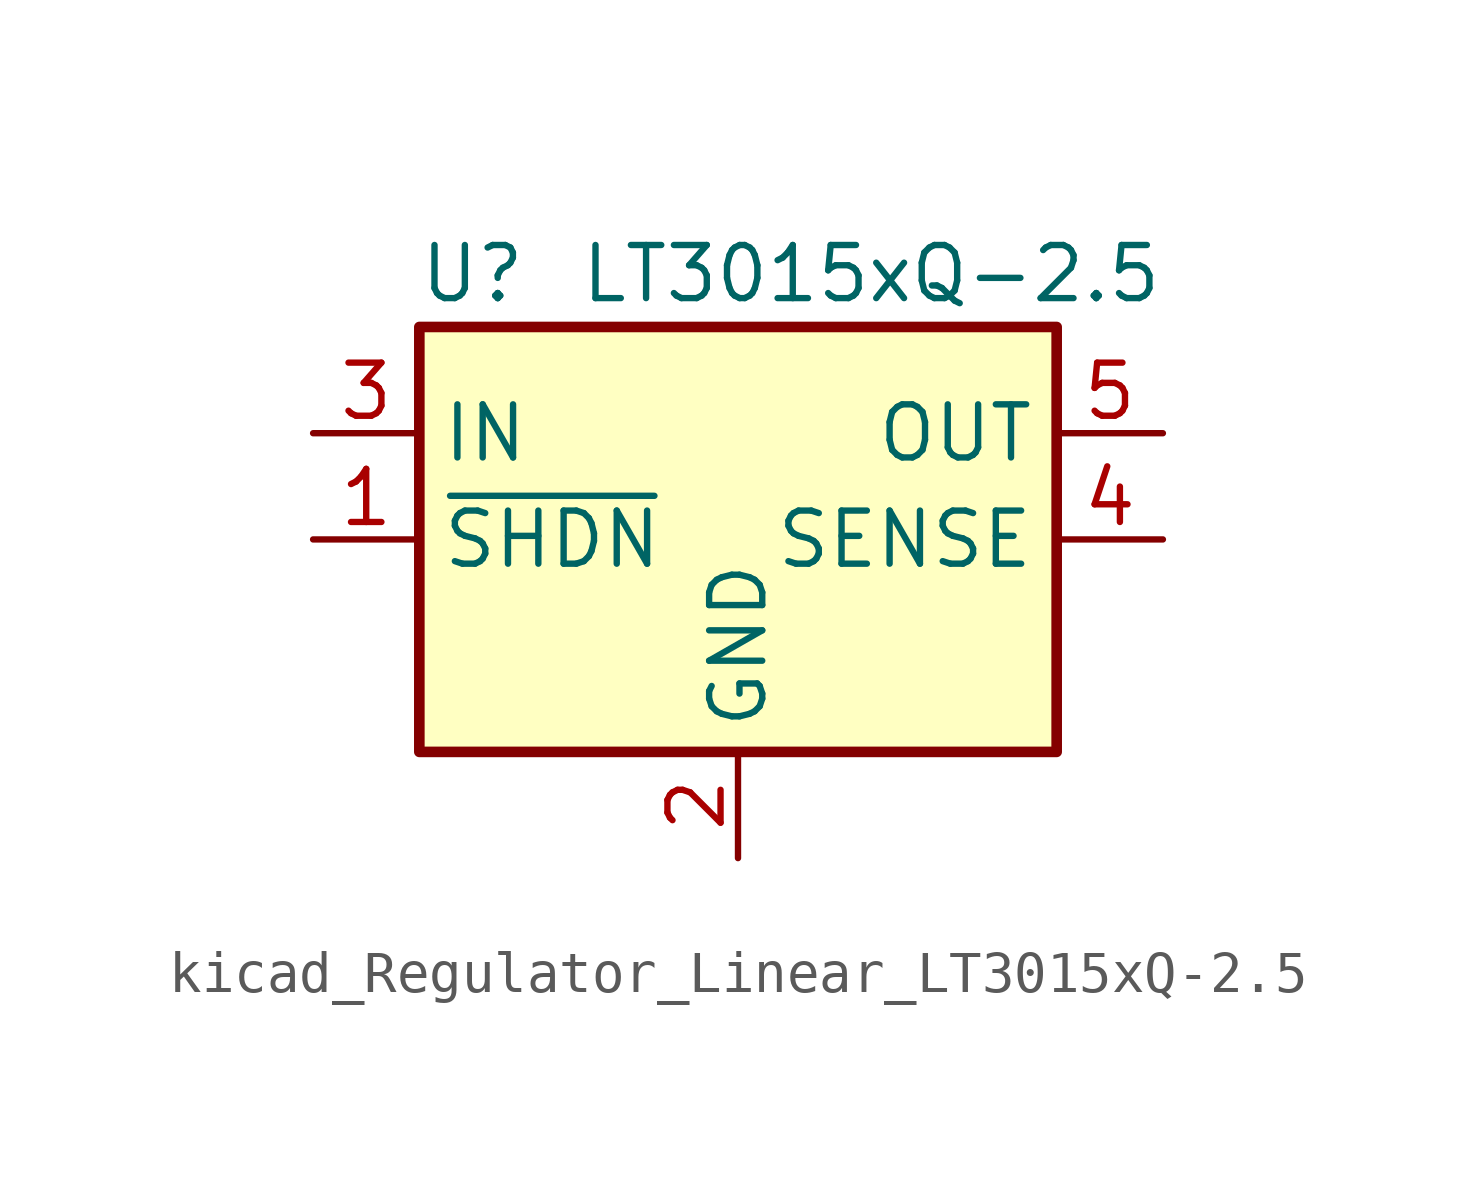
<source format=kicad_sym>
(kicad_symbol_lib
  (version 20220914)
  (generator kicad_symbol_editor)
  (symbol "kicad_Regulator_Linear_LT3015xQ-2.5"
    (property "Reference" "U"
      (at -6.35 6.35 0)
      (effects (font (size 1.27 1.27))))
    (property "Value" "LT3015xQ-2.5"
      (at -3.81 6.35 0)
      (effects (font (size 1.27 1.27)) (justify left)))
    (symbol "kicad_Regulator_Linear_LT3015xQ-2.5_0_1"
      (rectangle (start -7.62 5.08) (end 7.62 -5.08) (stroke (width 0.254) (type default)) (fill (type background))))
    (symbol "kicad_Regulator_Linear_LT3015xQ-2.5_1_1"
      (pin input line (at -10.16 0 0) (length 2.54) (name "~{SHDN}" (effects (font (size 1.27 1.27)))) (number "1" (effects (font (size 1.27 1.27)))))
      (pin power_in line (at 0 -7.62 90) (length 2.54) (name "GND" (effects (font (size 1.27 1.27)))) (number "2" (effects (font (size 1.27 1.27)))))
      (pin power_in line (at -10.16 2.54 0) (length 2.54) (name "IN" (effects (font (size 1.27 1.27)))) (number "3" (effects (font (size 1.27 1.27)))))
      (pin input line (at 10.16 0 180) (length 2.54) (name "SENSE" (effects (font (size 1.27 1.27)))) (number "4" (effects (font (size 1.27 1.27)))))
      (pin power_out line (at 10.16 2.54 180) (length 2.54) (name "OUT" (effects (font (size 1.27 1.27)))) (number "5" (effects (font (size 1.27 1.27))))))))
</source>
